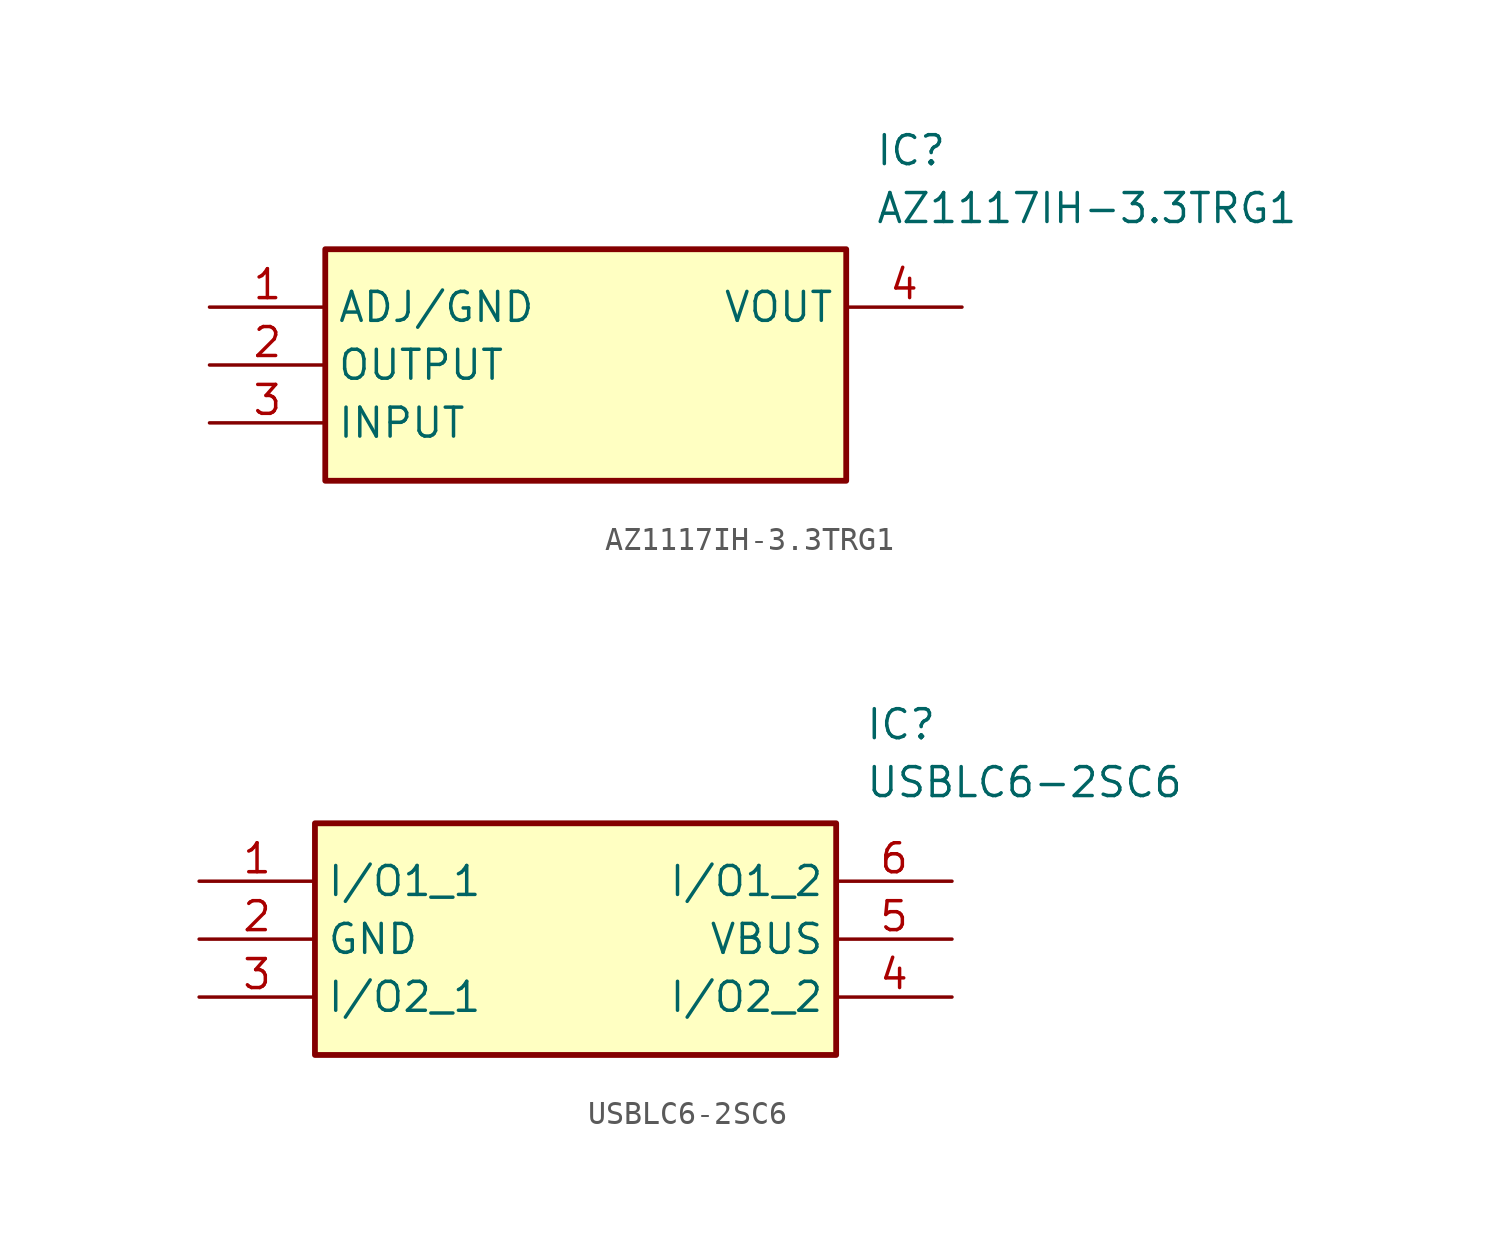
<source format=kicad_sym>
(kicad_symbol_lib
  (version 20231120)
  (generator "kicad_symbol_editor")
  (generator_version "8.0")
  (symbol "AZ1117IH-3.3TRG1"
    (property "Reference" "IC"
      (at 29.21 7.62 0)
      (effects (font (size 1.27 1.27)) (justify left top)))
    (property "Value" "AZ1117IH-3.3TRG1"
      (at 29.21 5.08 0)
      (effects (font (size 1.27 1.27)) (justify left top)))
    (symbol "AZ1117IH-3.3TRG1_1_1"
      (rectangle (start 5.08 2.54) (end 27.94 -7.62) (stroke (width 0.254) (type default)) (fill (type background)))
      (pin passive line (at 0 0 0) (length 5.08) (name "ADJ/GND" (effects (font (size 1.27 1.27)))) (number "1" (effects (font (size 1.27 1.27)))))
      (pin passive line (at 0 -2.54 0) (length 5.08) (name "OUTPUT" (effects (font (size 1.27 1.27)))) (number "2" (effects (font (size 1.27 1.27)))))
      (pin passive line (at 0 -5.08 0) (length 5.08) (name "INPUT" (effects (font (size 1.27 1.27)))) (number "3" (effects (font (size 1.27 1.27)))))
      (pin passive line (at 33.02 0 180) (length 5.08) (name "VOUT" (effects (font (size 1.27 1.27)))) (number "4" (effects (font (size 1.27 1.27)))))))
  (symbol "USBLC6-2SC6"
    (property "Reference" "IC"
      (at 29.21 7.62 0)
      (effects (font (size 1.27 1.27)) (justify left top)))
    (property "Value" "USBLC6-2SC6"
      (at 29.21 5.08 0)
      (effects (font (size 1.27 1.27)) (justify left top)))
    (symbol "USBLC6-2SC6_1_1"
      (rectangle (start 5.08 2.54) (end 27.94 -7.62) (stroke (width 0.254) (type default)) (fill (type background)))
      (pin passive line (at 0 0 0) (length 5.08) (name "I/O1_1" (effects (font (size 1.27 1.27)))) (number "1" (effects (font (size 1.27 1.27)))))
      (pin passive line (at 0 -2.54 0) (length 5.08) (name "GND" (effects (font (size 1.27 1.27)))) (number "2" (effects (font (size 1.27 1.27)))))
      (pin passive line (at 0 -5.08 0) (length 5.08) (name "I/O2_1" (effects (font (size 1.27 1.27)))) (number "3" (effects (font (size 1.27 1.27)))))
      (pin passive line (at 33.02 -5.08 180) (length 5.08) (name "I/O2_2" (effects (font (size 1.27 1.27)))) (number "4" (effects (font (size 1.27 1.27)))))
      (pin passive line (at 33.02 -2.54 180) (length 5.08) (name "VBUS" (effects (font (size 1.27 1.27)))) (number "5" (effects (font (size 1.27 1.27)))))
      (pin passive line (at 33.02 0 180) (length 5.08) (name "I/O1_2" (effects (font (size 1.27 1.27)))) (number "6" (effects (font (size 1.27 1.27))))))))
</source>
